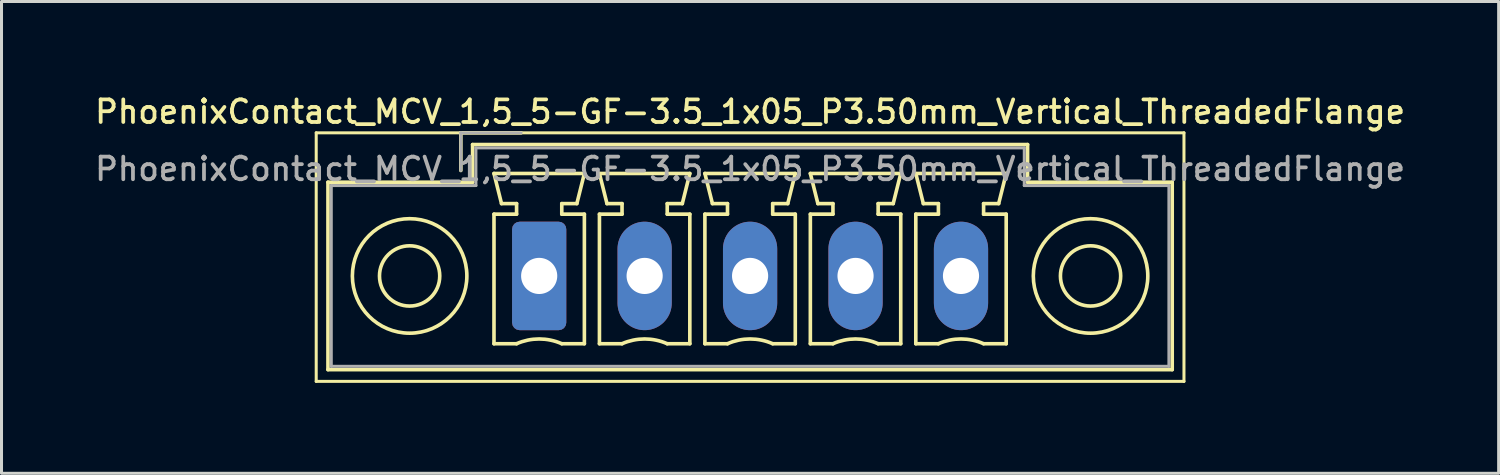
<source format=kicad_pcb>
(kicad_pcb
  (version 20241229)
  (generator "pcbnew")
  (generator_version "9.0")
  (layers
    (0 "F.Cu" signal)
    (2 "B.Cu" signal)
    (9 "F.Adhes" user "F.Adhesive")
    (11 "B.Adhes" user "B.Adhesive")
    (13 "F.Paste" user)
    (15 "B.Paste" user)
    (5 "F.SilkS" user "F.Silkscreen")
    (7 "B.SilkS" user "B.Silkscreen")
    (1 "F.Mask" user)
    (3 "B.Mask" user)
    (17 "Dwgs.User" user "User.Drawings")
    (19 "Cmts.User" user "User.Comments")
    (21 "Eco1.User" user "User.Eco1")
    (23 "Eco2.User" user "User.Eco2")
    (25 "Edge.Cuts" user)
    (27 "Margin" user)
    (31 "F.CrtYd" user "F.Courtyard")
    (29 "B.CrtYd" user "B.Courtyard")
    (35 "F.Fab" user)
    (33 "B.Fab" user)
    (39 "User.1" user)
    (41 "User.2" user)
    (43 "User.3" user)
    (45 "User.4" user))
  (footprint "PhoenixContact_MCV_1,5_5-GF-3.5_1x05_P3.50mm_Vertical_ThreadedFlange"
    (layer "F.Cu")
    (at 14.845 6.108)
    (property "Reference" "PhoenixContact_MCV_1,5_5-GF-3.5_1x05_P3.50mm_Vertical_ThreadedFlange" (at 7 -5.45 0) (layer "F.SilkS") (effects (font (size 0.75 0.75) (thickness 0.125))))
    (attr through_hole)
    (fp_line (start -7.4 -4.75) (end -7.4 3.5) (stroke (width 0.1) (type solid)) (layer "F.SilkS"))
    (fp_line (start -7.4 3.5) (end 21.4 3.5) (stroke (width 0.1) (type solid)) (layer "F.SilkS"))
    (fp_line (start -7.01 -3.11) (end -7.01 3.11) (stroke (width 0.12) (type solid)) (layer "F.SilkS"))
    (fp_line (start -7.01 3.11) (end 21.01 3.11) (stroke (width 0.12) (type solid)) (layer "F.SilkS"))
    (fp_line (start -2.6 -4.75) (end -0.6 -4.75) (stroke (width 0.12) (type solid)) (layer "F.SilkS"))
    (fp_line (start -2.6 -3.5) (end -2.6 -4.75) (stroke (width 0.12) (type solid)) (layer "F.SilkS"))
    (fp_line (start -2.21 -4.36) (end -2.21 -3.11) (stroke (width 0.12) (type solid)) (layer "F.SilkS"))
    (fp_line (start -2.21 -3.11) (end -7.01 -3.11) (stroke (width 0.12) (type solid)) (layer "F.SilkS"))
    (fp_line (start -1.5 -3.4) (end 1.5 -3.4) (stroke (width 0.12) (type solid)) (layer "F.SilkS"))
    (fp_line (start -1.5 -2.05) (end -0.75 -2.05) (stroke (width 0.12) (type solid)) (layer "F.SilkS"))
    (fp_line (start -1.5 2.25) (end -1.5 -2.05) (stroke (width 0.12) (type solid)) (layer "F.SilkS"))
    (fp_line (start -1.25 -2.4) (end -1.5 -3.4) (stroke (width 0.12) (type solid)) (layer "F.SilkS"))
    (fp_line (start -0.75 -2.4) (end -1.25 -2.4) (stroke (width 0.12) (type solid)) (layer "F.SilkS"))
    (fp_line (start -0.75 -2.05) (end -0.75 -2.4) (stroke (width 0.12) (type solid)) (layer "F.SilkS"))
    (fp_line (start -0.75 2.25) (end -1.5 2.25) (stroke (width 0.12) (type solid)) (layer "F.SilkS"))
    (fp_line (start 0.75 -2.4) (end 0.75 -2.05) (stroke (width 0.12) (type solid)) (layer "F.SilkS"))
    (fp_line (start 0.75 -2.05) (end 1.5 -2.05) (stroke (width 0.12) (type solid)) (layer "F.SilkS"))
    (fp_line (start 1.25 -2.4) (end 0.75 -2.4) (stroke (width 0.12) (type solid)) (layer "F.SilkS"))
    (fp_line (start 1.5 -3.4) (end 1.25 -2.4) (stroke (width 0.12) (type solid)) (layer "F.SilkS"))
    (fp_line (start 1.5 -2.05) (end 1.5 2.25) (stroke (width 0.12) (type solid)) (layer "F.SilkS"))
    (fp_line (start 1.5 2.25) (end 0.75 2.25) (stroke (width 0.12) (type solid)) (layer "F.SilkS"))
    (fp_line (start 2 -3.4) (end 5 -3.4) (stroke (width 0.12) (type solid)) (layer "F.SilkS"))
    (fp_line (start 2 -2.05) (end 2.75 -2.05) (stroke (width 0.12) (type solid)) (layer "F.SilkS"))
    (fp_line (start 2 2.25) (end 2 -2.05) (stroke (width 0.12) (type solid)) (layer "F.SilkS"))
    (fp_line (start 2.25 -2.4) (end 2 -3.4) (stroke (width 0.12) (type solid)) (layer "F.SilkS"))
    (fp_line (start 2.75 -2.4) (end 2.25 -2.4) (stroke (width 0.12) (type solid)) (layer "F.SilkS"))
    (fp_line (start 2.75 -2.05) (end 2.75 -2.4) (stroke (width 0.12) (type solid)) (layer "F.SilkS"))
    (fp_line (start 2.75 2.25) (end 2 2.25) (stroke (width 0.12) (type solid)) (layer "F.SilkS"))
    (fp_line (start 4.25 -2.4) (end 4.25 -2.05) (stroke (width 0.12) (type solid)) (layer "F.SilkS"))
    (fp_line (start 4.25 -2.05) (end 5 -2.05) (stroke (width 0.12) (type solid)) (layer "F.SilkS"))
    (fp_line (start 4.75 -2.4) (end 4.25 -2.4) (stroke (width 0.12) (type solid)) (layer "F.SilkS"))
    (fp_line (start 5 -3.4) (end 4.75 -2.4) (stroke (width 0.12) (type solid)) (layer "F.SilkS"))
    (fp_line (start 5 -2.05) (end 5 2.25) (stroke (width 0.12) (type solid)) (layer "F.SilkS"))
    (fp_line (start 5 2.25) (end 4.25 2.25) (stroke (width 0.12) (type solid)) (layer "F.SilkS"))
    (fp_line (start 5.5 -3.4) (end 8.5 -3.4) (stroke (width 0.12) (type solid)) (layer "F.SilkS"))
    (fp_line (start 5.5 -2.05) (end 6.25 -2.05) (stroke (width 0.12) (type solid)) (layer "F.SilkS"))
    (fp_line (start 5.5 2.25) (end 5.5 -2.05) (stroke (width 0.12) (type solid)) (layer "F.SilkS"))
    (fp_line (start 5.75 -2.4) (end 5.5 -3.4) (stroke (width 0.12) (type solid)) (layer "F.SilkS"))
    (fp_line (start 6.25 -2.4) (end 5.75 -2.4) (stroke (width 0.12) (type solid)) (layer "F.SilkS"))
    (fp_line (start 6.25 -2.05) (end 6.25 -2.4) (stroke (width 0.12) (type solid)) (layer "F.SilkS"))
    (fp_line (start 6.25 2.25) (end 5.5 2.25) (stroke (width 0.12) (type solid)) (layer "F.SilkS"))
    (fp_line (start 7.75 -2.4) (end 7.75 -2.05) (stroke (width 0.12) (type solid)) (layer "F.SilkS"))
    (fp_line (start 7.75 -2.05) (end 8.5 -2.05) (stroke (width 0.12) (type solid)) (layer "F.SilkS"))
    (fp_line (start 8.25 -2.4) (end 7.75 -2.4) (stroke (width 0.12) (type solid)) (layer "F.SilkS"))
    (fp_line (start 8.5 -3.4) (end 8.25 -2.4) (stroke (width 0.12) (type solid)) (layer "F.SilkS"))
    (fp_line (start 8.5 -2.05) (end 8.5 2.25) (stroke (width 0.12) (type solid)) (layer "F.SilkS"))
    (fp_line (start 8.5 2.25) (end 7.75 2.25) (stroke (width 0.12) (type solid)) (layer "F.SilkS"))
    (fp_line (start 9 -3.4) (end 12 -3.4) (stroke (width 0.12) (type solid)) (layer "F.SilkS"))
    (fp_line (start 9 -2.05) (end 9.75 -2.05) (stroke (width 0.12) (type solid)) (layer "F.SilkS"))
    (fp_line (start 9 2.25) (end 9 -2.05) (stroke (width 0.12) (type solid)) (layer "F.SilkS"))
    (fp_line (start 9.25 -2.4) (end 9 -3.4) (stroke (width 0.12) (type solid)) (layer "F.SilkS"))
    (fp_line (start 9.75 -2.4) (end 9.25 -2.4) (stroke (width 0.12) (type solid)) (layer "F.SilkS"))
    (fp_line (start 9.75 -2.05) (end 9.75 -2.4) (stroke (width 0.12) (type solid)) (layer "F.SilkS"))
    (fp_line (start 9.75 2.25) (end 9 2.25) (stroke (width 0.12) (type solid)) (layer "F.SilkS"))
    (fp_line (start 11.25 -2.4) (end 11.25 -2.05) (stroke (width 0.12) (type solid)) (layer "F.SilkS"))
    (fp_line (start 11.25 -2.05) (end 12 -2.05) (stroke (width 0.12) (type solid)) (layer "F.SilkS"))
    (fp_line (start 11.75 -2.4) (end 11.25 -2.4) (stroke (width 0.12) (type solid)) (layer "F.SilkS"))
    (fp_line (start 12 -3.4) (end 11.75 -2.4) (stroke (width 0.12) (type solid)) (layer "F.SilkS"))
    (fp_line (start 12 -2.05) (end 12 2.25) (stroke (width 0.12) (type solid)) (layer "F.SilkS"))
    (fp_line (start 12 2.25) (end 11.25 2.25) (stroke (width 0.12) (type solid)) (layer "F.SilkS"))
    (fp_line (start 12.5 -3.4) (end 15.5 -3.4) (stroke (width 0.12) (type solid)) (layer "F.SilkS"))
    (fp_line (start 12.5 -2.05) (end 13.25 -2.05) (stroke (width 0.12) (type solid)) (layer "F.SilkS"))
    (fp_line (start 12.5 2.25) (end 12.5 -2.05) (stroke (width 0.12) (type solid)) (layer "F.SilkS"))
    (fp_line (start 12.75 -2.4) (end 12.5 -3.4) (stroke (width 0.12) (type solid)) (layer "F.SilkS"))
    (fp_line (start 13.25 -2.4) (end 12.75 -2.4) (stroke (width 0.12) (type solid)) (layer "F.SilkS"))
    (fp_line (start 13.25 -2.05) (end 13.25 -2.4) (stroke (width 0.12) (type solid)) (layer "F.SilkS"))
    (fp_line (start 13.25 2.25) (end 12.5 2.25) (stroke (width 0.12) (type solid)) (layer "F.SilkS"))
    (fp_line (start 14.75 -2.4) (end 14.75 -2.05) (stroke (width 0.12) (type solid)) (layer "F.SilkS"))
    (fp_line (start 14.75 -2.05) (end 15.5 -2.05) (stroke (width 0.12) (type solid)) (layer "F.SilkS"))
    (fp_line (start 15.25 -2.4) (end 14.75 -2.4) (stroke (width 0.12) (type solid)) (layer "F.SilkS"))
    (fp_line (start 15.5 -3.4) (end 15.25 -2.4) (stroke (width 0.12) (type solid)) (layer "F.SilkS"))
    (fp_line (start 15.5 -2.05) (end 15.5 2.25) (stroke (width 0.12) (type solid)) (layer "F.SilkS"))
    (fp_line (start 15.5 2.25) (end 14.75 2.25) (stroke (width 0.12) (type solid)) (layer "F.SilkS"))
    (fp_line (start 16.21 -4.36) (end -2.21 -4.36) (stroke (width 0.12) (type solid)) (layer "F.SilkS"))
    (fp_line (start 16.21 -3.11) (end 16.21 -4.36) (stroke (width 0.12) (type solid)) (layer "F.SilkS"))
    (fp_line (start 21.01 -3.11) (end 16.21 -3.11) (stroke (width 0.12) (type solid)) (layer "F.SilkS"))
    (fp_line (start 21.01 3.11) (end 21.01 -3.11) (stroke (width 0.12) (type solid)) (layer "F.SilkS"))
    (fp_line (start 21.4 -4.75) (end -7.4 -4.75) (stroke (width 0.1) (type solid)) (layer "F.SilkS"))
    (fp_line (start 21.4 3.5) (end 21.4 -4.75) (stroke (width 0.1) (type solid)) (layer "F.SilkS"))
    (fp_arc (start -0.75 2.25) (mid -0.000193 2.09191) (end 0.749647 2.249844) (stroke (width 0.12) (type solid)) (layer "F.SilkS"))
    (fp_arc (start 2.75 2.25) (mid 3.499807 2.09191) (end 4.249647 2.249844) (stroke (width 0.12) (type solid)) (layer "F.SilkS"))
    (fp_arc (start 6.25 2.25) (mid 6.999807 2.09191) (end 7.749647 2.249844) (stroke (width 0.12) (type solid)) (layer "F.SilkS"))
    (fp_arc (start 9.75 2.25) (mid 10.499807 2.09191) (end 11.249647 2.249844) (stroke (width 0.12) (type solid)) (layer "F.SilkS"))
    (fp_arc (start 13.25 2.25) (mid 13.999807 2.09191) (end 14.749647 2.249844) (stroke (width 0.12) (type solid)) (layer "F.SilkS"))
    (fp_circle (center -4.3 0) (end -3.3 0) (stroke (width 0.12) (type solid)) (fill no) (layer "F.SilkS"))
    (fp_circle (center -4.3 0) (end -2.4 0) (stroke (width 0.12) (type solid)) (fill no) (layer "F.SilkS"))
    (fp_circle (center 18.3 0) (end 19.3 0) (stroke (width 0.12) (type solid)) (fill no) (layer "F.SilkS"))
    (fp_circle (center 18.3 0) (end 20.2 0) (stroke (width 0.12) (type solid)) (fill no) (layer "F.SilkS"))
    (fp_line (start -6.9 -3) (end -6.9 3) (stroke (width 0.1) (type solid)) (layer "F.Fab"))
    (fp_line (start -6.9 3) (end 20.9 3) (stroke (width 0.1) (type solid)) (layer "F.Fab"))
    (fp_line (start -2.6 -4.75) (end -0.6 -4.75) (stroke (width 0.1) (type solid)) (layer "F.Fab"))
    (fp_line (start -2.6 -3.5) (end -2.6 -4.75) (stroke (width 0.1) (type solid)) (layer "F.Fab"))
    (fp_line (start -2.1 -4.25) (end -2.1 -3) (stroke (width 0.1) (type solid)) (layer "F.Fab"))
    (fp_line (start -2.1 -3) (end -6.9 -3) (stroke (width 0.1) (type solid)) (layer "F.Fab"))
    (fp_line (start 16.1 -4.25) (end -2.1 -4.25) (stroke (width 0.1) (type solid)) (layer "F.Fab"))
    (fp_line (start 16.1 -3) (end 16.1 -4.25) (stroke (width 0.1) (type solid)) (layer "F.Fab"))
    (fp_line (start 20.9 -3) (end 16.1 -3) (stroke (width 0.1) (type solid)) (layer "F.Fab"))
    (fp_line (start 20.9 3) (end 20.9 -3) (stroke (width 0.1) (type solid)) (layer "F.Fab"))
    (fp_text user "${REFERENCE}" (at 7 -3.55 0) (layer "F.Fab") (effects (font (size 0.75 0.75) (thickness 0.125))))
    (pad "1" thru_hole roundrect (at 0 0) (size 1.8 3.6) (drill 1.2) (layers "*.Cu" "*.Mask") (roundrect_rratio 0.139))
    (pad "2" thru_hole oval (at 3.5 0) (size 1.8 3.6) (drill 1.2) (layers "*.Cu" "*.Mask"))
    (pad "3" thru_hole oval (at 7 0) (size 1.8 3.6) (drill 1.2) (layers "*.Cu" "*.Mask"))
    (pad "4" thru_hole oval (at 10.5 0) (size 1.8 3.6) (drill 1.2) (layers "*.Cu" "*.Mask"))
    (pad "5" thru_hole oval (at 14 0) (size 1.8 3.6) (drill 1.2) (layers "*.Cu" "*.Mask")))
  (gr_rect
    (start -3 -3)
    (end 46.689 12.658)
    (stroke (width 0.1) (type default))
    (fill no)
    (layer "Edge.Cuts")))
</source>
